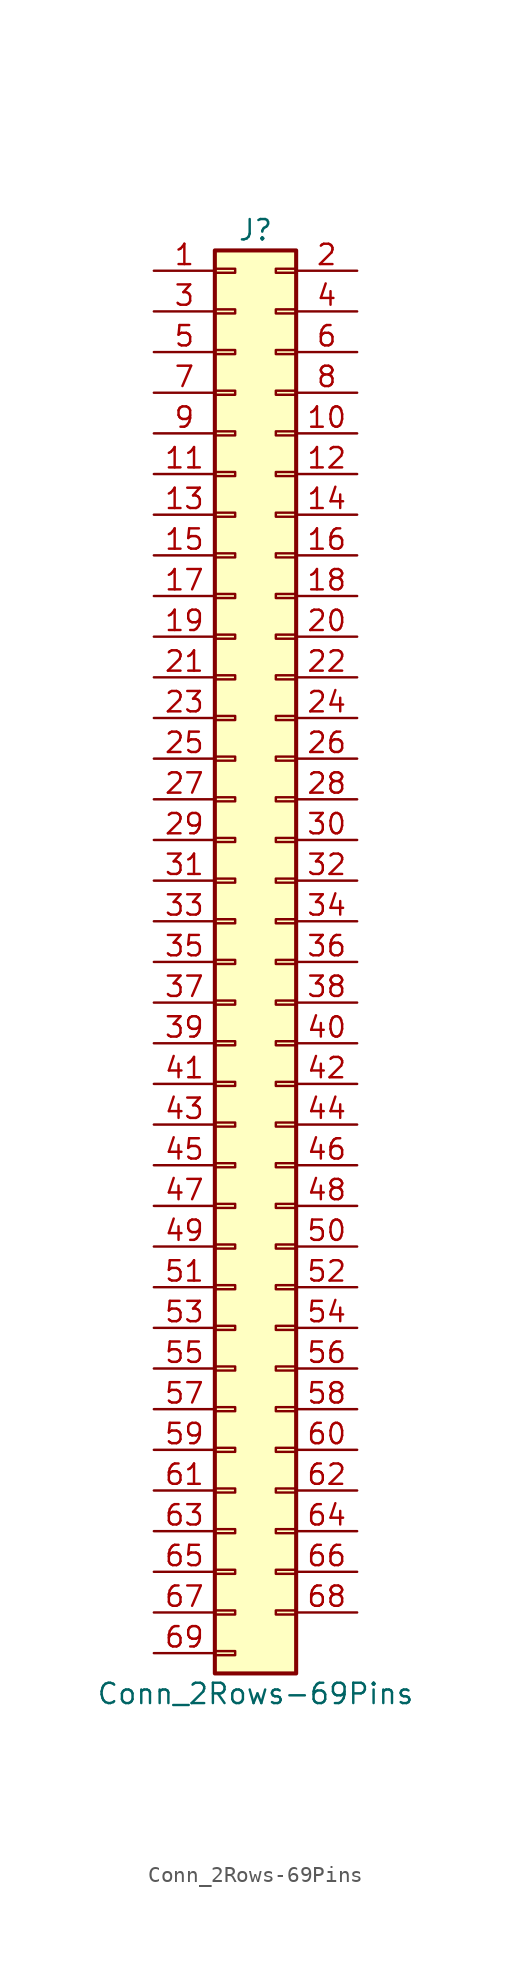
<source format=kicad_sym>
(kicad_symbol_lib
  (version 20201005)
  (generator kicad_symbol_editor)
  (symbol "Conn_2Rows-69Pins"
    (pin_names
      (offset 1.016) hide)
    (property "Reference" "J"
      (at 1.27 45.72 0)
      (effects (font (size 1.27 1.27))))
    (property "Value" "Conn_2Rows-69Pins"
      (at 1.27 -45.72 0)
      (effects (font (size 1.27 1.27))))
    (symbol "Conn_2Rows-69Pins_1_1"
      (rectangle (start -1.27 -43.053) (end 0 -43.307) (stroke (width 0.152)) (fill (type none)))
      (rectangle (start -1.27 -40.513) (end 0 -40.767) (stroke (width 0.152)) (fill (type none)))
      (rectangle (start -1.27 -37.973) (end 0 -38.227) (stroke (width 0.152)) (fill (type none)))
      (rectangle (start -1.27 -35.433) (end 0 -35.687) (stroke (width 0.152)) (fill (type none)))
      (rectangle (start -1.27 -32.893) (end 0 -33.147) (stroke (width 0.152)) (fill (type none)))
      (rectangle (start -1.27 -30.353) (end 0 -30.607) (stroke (width 0.152)) (fill (type none)))
      (rectangle (start -1.27 -27.813) (end 0 -28.067) (stroke (width 0.152)) (fill (type none)))
      (rectangle (start -1.27 -25.273) (end 0 -25.527) (stroke (width 0.152)) (fill (type none)))
      (rectangle (start -1.27 -22.733) (end 0 -22.987) (stroke (width 0.152)) (fill (type none)))
      (rectangle (start -1.27 -20.193) (end 0 -20.447) (stroke (width 0.152)) (fill (type none)))
      (rectangle (start -1.27 -17.653) (end 0 -17.907) (stroke (width 0.152)) (fill (type none)))
      (rectangle (start -1.27 -15.113) (end 0 -15.367) (stroke (width 0.152)) (fill (type none)))
      (rectangle (start -1.27 -12.573) (end 0 -12.827) (stroke (width 0.152)) (fill (type none)))
      (rectangle (start -1.27 -10.033) (end 0 -10.287) (stroke (width 0.152)) (fill (type none)))
      (rectangle (start -1.27 -7.493) (end 0 -7.747) (stroke (width 0.152)) (fill (type none)))
      (rectangle (start -1.27 -4.953) (end 0 -5.207) (stroke (width 0.152)) (fill (type none)))
      (rectangle (start -1.27 -2.413) (end 0 -2.667) (stroke (width 0.152)) (fill (type none)))
      (rectangle (start -1.27 0.127) (end 0 -0.127) (stroke (width 0.152)) (fill (type none)))
      (rectangle (start -1.27 2.667) (end 0 2.413) (stroke (width 0.152)) (fill (type none)))
      (rectangle (start -1.27 5.207) (end 0 4.953) (stroke (width 0.152)) (fill (type none)))
      (rectangle (start -1.27 7.747) (end 0 7.493) (stroke (width 0.152)) (fill (type none)))
      (rectangle (start -1.27 10.287) (end 0 10.033) (stroke (width 0.152)) (fill (type none)))
      (rectangle (start -1.27 12.827) (end 0 12.573) (stroke (width 0.152)) (fill (type none)))
      (rectangle (start -1.27 15.367) (end 0 15.113) (stroke (width 0.152)) (fill (type none)))
      (rectangle (start -1.27 17.907) (end 0 17.653) (stroke (width 0.152)) (fill (type none)))
      (rectangle (start -1.27 20.447) (end 0 20.193) (stroke (width 0.152)) (fill (type none)))
      (rectangle (start -1.27 22.987) (end 0 22.733) (stroke (width 0.152)) (fill (type none)))
      (rectangle (start -1.27 25.527) (end 0 25.273) (stroke (width 0.152)) (fill (type none)))
      (rectangle (start -1.27 28.067) (end 0 27.813) (stroke (width 0.152)) (fill (type none)))
      (rectangle (start -1.27 30.607) (end 0 30.353) (stroke (width 0.152)) (fill (type none)))
      (rectangle (start -1.27 33.147) (end 0 32.893) (stroke (width 0.152)) (fill (type none)))
      (rectangle (start -1.27 35.687) (end 0 35.433) (stroke (width 0.152)) (fill (type none)))
      (rectangle (start -1.27 38.227) (end 0 37.973) (stroke (width 0.152)) (fill (type none)))
      (rectangle (start -1.27 40.767) (end 0 40.513) (stroke (width 0.152)) (fill (type none)))
      (rectangle (start -1.27 43.307) (end 0 43.053) (stroke (width 0.152)) (fill (type none)))
      (rectangle (start -1.27 44.45) (end 3.81 -44.45) (stroke (width 0.254)) (fill (type background)))
      (rectangle (start 3.81 -40.513) (end 2.54 -40.767) (stroke (width 0.152)) (fill (type none)))
      (rectangle (start 3.81 -37.973) (end 2.54 -38.227) (stroke (width 0.152)) (fill (type none)))
      (rectangle (start 3.81 -35.433) (end 2.54 -35.687) (stroke (width 0.152)) (fill (type none)))
      (rectangle (start 3.81 -32.893) (end 2.54 -33.147) (stroke (width 0.152)) (fill (type none)))
      (rectangle (start 3.81 -30.353) (end 2.54 -30.607) (stroke (width 0.152)) (fill (type none)))
      (rectangle (start 3.81 -27.813) (end 2.54 -28.067) (stroke (width 0.152)) (fill (type none)))
      (rectangle (start 3.81 -25.273) (end 2.54 -25.527) (stroke (width 0.152)) (fill (type none)))
      (rectangle (start 3.81 -22.733) (end 2.54 -22.987) (stroke (width 0.152)) (fill (type none)))
      (rectangle (start 3.81 -20.193) (end 2.54 -20.447) (stroke (width 0.152)) (fill (type none)))
      (rectangle (start 3.81 -17.653) (end 2.54 -17.907) (stroke (width 0.152)) (fill (type none)))
      (rectangle (start 3.81 -15.113) (end 2.54 -15.367) (stroke (width 0.152)) (fill (type none)))
      (rectangle (start 3.81 -12.573) (end 2.54 -12.827) (stroke (width 0.152)) (fill (type none)))
      (rectangle (start 3.81 -10.033) (end 2.54 -10.287) (stroke (width 0.152)) (fill (type none)))
      (rectangle (start 3.81 -7.493) (end 2.54 -7.747) (stroke (width 0.152)) (fill (type none)))
      (rectangle (start 3.81 -4.953) (end 2.54 -5.207) (stroke (width 0.152)) (fill (type none)))
      (rectangle (start 3.81 -2.413) (end 2.54 -2.667) (stroke (width 0.152)) (fill (type none)))
      (rectangle (start 3.81 0.127) (end 2.54 -0.127) (stroke (width 0.152)) (fill (type none)))
      (rectangle (start 3.81 2.667) (end 2.54 2.413) (stroke (width 0.152)) (fill (type none)))
      (rectangle (start 3.81 5.207) (end 2.54 4.953) (stroke (width 0.152)) (fill (type none)))
      (rectangle (start 3.81 7.747) (end 2.54 7.493) (stroke (width 0.152)) (fill (type none)))
      (rectangle (start 3.81 10.287) (end 2.54 10.033) (stroke (width 0.152)) (fill (type none)))
      (rectangle (start 3.81 12.827) (end 2.54 12.573) (stroke (width 0.152)) (fill (type none)))
      (rectangle (start 3.81 15.367) (end 2.54 15.113) (stroke (width 0.152)) (fill (type none)))
      (rectangle (start 3.81 17.907) (end 2.54 17.653) (stroke (width 0.152)) (fill (type none)))
      (rectangle (start 3.81 20.447) (end 2.54 20.193) (stroke (width 0.152)) (fill (type none)))
      (rectangle (start 3.81 22.987) (end 2.54 22.733) (stroke (width 0.152)) (fill (type none)))
      (rectangle (start 3.81 25.527) (end 2.54 25.273) (stroke (width 0.152)) (fill (type none)))
      (rectangle (start 3.81 28.067) (end 2.54 27.813) (stroke (width 0.152)) (fill (type none)))
      (rectangle (start 3.81 30.607) (end 2.54 30.353) (stroke (width 0.152)) (fill (type none)))
      (rectangle (start 3.81 33.147) (end 2.54 32.893) (stroke (width 0.152)) (fill (type none)))
      (rectangle (start 3.81 35.687) (end 2.54 35.433) (stroke (width 0.152)) (fill (type none)))
      (rectangle (start 3.81 38.227) (end 2.54 37.973) (stroke (width 0.152)) (fill (type none)))
      (rectangle (start 3.81 40.767) (end 2.54 40.513) (stroke (width 0.152)) (fill (type none)))
      (rectangle (start 3.81 43.307) (end 2.54 43.053) (stroke (width 0.152)) (fill (type none)))
      (pin passive line (at -5.08 43.18 0) (length 3.81) (name "Pin_1" (effects (font (size 1.27 1.27)))) (number "1" (effects (font (size 1.27 1.27)))))
      (pin passive line (at 7.62 33.02 180) (length 3.81) (name "Pin_10" (effects (font (size 1.27 1.27)))) (number "10" (effects (font (size 1.27 1.27)))))
      (pin passive line (at -5.08 30.48 0) (length 3.81) (name "Pin_11" (effects (font (size 1.27 1.27)))) (number "11" (effects (font (size 1.27 1.27)))))
      (pin passive line (at 7.62 30.48 180) (length 3.81) (name "Pin_12" (effects (font (size 1.27 1.27)))) (number "12" (effects (font (size 1.27 1.27)))))
      (pin passive line (at -5.08 27.94 0) (length 3.81) (name "Pin_13" (effects (font (size 1.27 1.27)))) (number "13" (effects (font (size 1.27 1.27)))))
      (pin passive line (at 7.62 27.94 180) (length 3.81) (name "Pin_14" (effects (font (size 1.27 1.27)))) (number "14" (effects (font (size 1.27 1.27)))))
      (pin passive line (at -5.08 25.4 0) (length 3.81) (name "Pin_15" (effects (font (size 1.27 1.27)))) (number "15" (effects (font (size 1.27 1.27)))))
      (pin passive line (at 7.62 25.4 180) (length 3.81) (name "Pin_16" (effects (font (size 1.27 1.27)))) (number "16" (effects (font (size 1.27 1.27)))))
      (pin passive line (at -5.08 22.86 0) (length 3.81) (name "Pin_17" (effects (font (size 1.27 1.27)))) (number "17" (effects (font (size 1.27 1.27)))))
      (pin passive line (at 7.62 22.86 180) (length 3.81) (name "Pin_18" (effects (font (size 1.27 1.27)))) (number "18" (effects (font (size 1.27 1.27)))))
      (pin passive line (at -5.08 20.32 0) (length 3.81) (name "Pin_19" (effects (font (size 1.27 1.27)))) (number "19" (effects (font (size 1.27 1.27)))))
      (pin passive line (at 7.62 43.18 180) (length 3.81) (name "Pin_2" (effects (font (size 1.27 1.27)))) (number "2" (effects (font (size 1.27 1.27)))))
      (pin passive line (at 7.62 20.32 180) (length 3.81) (name "Pin_20" (effects (font (size 1.27 1.27)))) (number "20" (effects (font (size 1.27 1.27)))))
      (pin passive line (at -5.08 17.78 0) (length 3.81) (name "Pin_21" (effects (font (size 1.27 1.27)))) (number "21" (effects (font (size 1.27 1.27)))))
      (pin passive line (at 7.62 17.78 180) (length 3.81) (name "Pin_22" (effects (font (size 1.27 1.27)))) (number "22" (effects (font (size 1.27 1.27)))))
      (pin passive line (at -5.08 15.24 0) (length 3.81) (name "Pin_23" (effects (font (size 1.27 1.27)))) (number "23" (effects (font (size 1.27 1.27)))))
      (pin passive line (at 7.62 15.24 180) (length 3.81) (name "Pin_24" (effects (font (size 1.27 1.27)))) (number "24" (effects (font (size 1.27 1.27)))))
      (pin passive line (at -5.08 12.7 0) (length 3.81) (name "Pin_25" (effects (font (size 1.27 1.27)))) (number "25" (effects (font (size 1.27 1.27)))))
      (pin passive line (at 7.62 12.7 180) (length 3.81) (name "Pin_26" (effects (font (size 1.27 1.27)))) (number "26" (effects (font (size 1.27 1.27)))))
      (pin passive line (at -5.08 10.16 0) (length 3.81) (name "Pin_27" (effects (font (size 1.27 1.27)))) (number "27" (effects (font (size 1.27 1.27)))))
      (pin passive line (at 7.62 10.16 180) (length 3.81) (name "Pin_28" (effects (font (size 1.27 1.27)))) (number "28" (effects (font (size 1.27 1.27)))))
      (pin passive line (at -5.08 7.62 0) (length 3.81) (name "Pin_29" (effects (font (size 1.27 1.27)))) (number "29" (effects (font (size 1.27 1.27)))))
      (pin passive line (at -5.08 40.64 0) (length 3.81) (name "Pin_3" (effects (font (size 1.27 1.27)))) (number "3" (effects (font (size 1.27 1.27)))))
      (pin passive line (at 7.62 7.62 180) (length 3.81) (name "Pin_30" (effects (font (size 1.27 1.27)))) (number "30" (effects (font (size 1.27 1.27)))))
      (pin passive line (at -5.08 5.08 0) (length 3.81) (name "Pin_31" (effects (font (size 1.27 1.27)))) (number "31" (effects (font (size 1.27 1.27)))))
      (pin passive line (at 7.62 5.08 180) (length 3.81) (name "Pin_32" (effects (font (size 1.27 1.27)))) (number "32" (effects (font (size 1.27 1.27)))))
      (pin passive line (at -5.08 2.54 0) (length 3.81) (name "Pin_33" (effects (font (size 1.27 1.27)))) (number "33" (effects (font (size 1.27 1.27)))))
      (pin passive line (at 7.62 2.54 180) (length 3.81) (name "Pin_34" (effects (font (size 1.27 1.27)))) (number "34" (effects (font (size 1.27 1.27)))))
      (pin passive line (at -5.08 0 0) (length 3.81) (name "Pin_35" (effects (font (size 1.27 1.27)))) (number "35" (effects (font (size 1.27 1.27)))))
      (pin passive line (at 7.62 0 180) (length 3.81) (name "Pin_36" (effects (font (size 1.27 1.27)))) (number "36" (effects (font (size 1.27 1.27)))))
      (pin passive line (at -5.08 -2.54 0) (length 3.81) (name "Pin_37" (effects (font (size 1.27 1.27)))) (number "37" (effects (font (size 1.27 1.27)))))
      (pin passive line (at 7.62 -2.54 180) (length 3.81) (name "Pin_38" (effects (font (size 1.27 1.27)))) (number "38" (effects (font (size 1.27 1.27)))))
      (pin passive line (at -5.08 -5.08 0) (length 3.81) (name "Pin_39" (effects (font (size 1.27 1.27)))) (number "39" (effects (font (size 1.27 1.27)))))
      (pin passive line (at 7.62 40.64 180) (length 3.81) (name "Pin_4" (effects (font (size 1.27 1.27)))) (number "4" (effects (font (size 1.27 1.27)))))
      (pin passive line (at 7.62 -5.08 180) (length 3.81) (name "Pin_40" (effects (font (size 1.27 1.27)))) (number "40" (effects (font (size 1.27 1.27)))))
      (pin passive line (at -5.08 -7.62 0) (length 3.81) (name "Pin_41" (effects (font (size 1.27 1.27)))) (number "41" (effects (font (size 1.27 1.27)))))
      (pin passive line (at 7.62 -7.62 180) (length 3.81) (name "Pin_42" (effects (font (size 1.27 1.27)))) (number "42" (effects (font (size 1.27 1.27)))))
      (pin passive line (at -5.08 -10.16 0) (length 3.81) (name "Pin_43" (effects (font (size 1.27 1.27)))) (number "43" (effects (font (size 1.27 1.27)))))
      (pin passive line (at 7.62 -10.16 180) (length 3.81) (name "Pin_44" (effects (font (size 1.27 1.27)))) (number "44" (effects (font (size 1.27 1.27)))))
      (pin passive line (at -5.08 -12.7 0) (length 3.81) (name "Pin_45" (effects (font (size 1.27 1.27)))) (number "45" (effects (font (size 1.27 1.27)))))
      (pin passive line (at 7.62 -12.7 180) (length 3.81) (name "Pin_46" (effects (font (size 1.27 1.27)))) (number "46" (effects (font (size 1.27 1.27)))))
      (pin passive line (at -5.08 -15.24 0) (length 3.81) (name "Pin_47" (effects (font (size 1.27 1.27)))) (number "47" (effects (font (size 1.27 1.27)))))
      (pin passive line (at 7.62 -15.24 180) (length 3.81) (name "Pin_48" (effects (font (size 1.27 1.27)))) (number "48" (effects (font (size 1.27 1.27)))))
      (pin passive line (at -5.08 -17.78 0) (length 3.81) (name "Pin_49" (effects (font (size 1.27 1.27)))) (number "49" (effects (font (size 1.27 1.27)))))
      (pin passive line (at -5.08 38.1 0) (length 3.81) (name "Pin_5" (effects (font (size 1.27 1.27)))) (number "5" (effects (font (size 1.27 1.27)))))
      (pin passive line (at 7.62 -17.78 180) (length 3.81) (name "Pin_50" (effects (font (size 1.27 1.27)))) (number "50" (effects (font (size 1.27 1.27)))))
      (pin passive line (at -5.08 -20.32 0) (length 3.81) (name "Pin_51" (effects (font (size 1.27 1.27)))) (number "51" (effects (font (size 1.27 1.27)))))
      (pin passive line (at 7.62 -20.32 180) (length 3.81) (name "Pin_52" (effects (font (size 1.27 1.27)))) (number "52" (effects (font (size 1.27 1.27)))))
      (pin passive line (at -5.08 -22.86 0) (length 3.81) (name "Pin_53" (effects (font (size 1.27 1.27)))) (number "53" (effects (font (size 1.27 1.27)))))
      (pin passive line (at 7.62 -22.86 180) (length 3.81) (name "Pin_54" (effects (font (size 1.27 1.27)))) (number "54" (effects (font (size 1.27 1.27)))))
      (pin passive line (at -5.08 -25.4 0) (length 3.81) (name "Pin_55" (effects (font (size 1.27 1.27)))) (number "55" (effects (font (size 1.27 1.27)))))
      (pin passive line (at 7.62 -25.4 180) (length 3.81) (name "Pin_56" (effects (font (size 1.27 1.27)))) (number "56" (effects (font (size 1.27 1.27)))))
      (pin passive line (at -5.08 -27.94 0) (length 3.81) (name "Pin_57" (effects (font (size 1.27 1.27)))) (number "57" (effects (font (size 1.27 1.27)))))
      (pin passive line (at 7.62 -27.94 180) (length 3.81) (name "Pin_58" (effects (font (size 1.27 1.27)))) (number "58" (effects (font (size 1.27 1.27)))))
      (pin passive line (at -5.08 -30.48 0) (length 3.81) (name "Pin_59" (effects (font (size 1.27 1.27)))) (number "59" (effects (font (size 1.27 1.27)))))
      (pin passive line (at 7.62 38.1 180) (length 3.81) (name "Pin_6" (effects (font (size 1.27 1.27)))) (number "6" (effects (font (size 1.27 1.27)))))
      (pin passive line (at 7.62 -30.48 180) (length 3.81) (name "Pin_60" (effects (font (size 1.27 1.27)))) (number "60" (effects (font (size 1.27 1.27)))))
      (pin passive line (at -5.08 -33.02 0) (length 3.81) (name "Pin_61" (effects (font (size 1.27 1.27)))) (number "61" (effects (font (size 1.27 1.27)))))
      (pin passive line (at 7.62 -33.02 180) (length 3.81) (name "Pin_62" (effects (font (size 1.27 1.27)))) (number "62" (effects (font (size 1.27 1.27)))))
      (pin passive line (at -5.08 -35.56 0) (length 3.81) (name "Pin_63" (effects (font (size 1.27 1.27)))) (number "63" (effects (font (size 1.27 1.27)))))
      (pin passive line (at 7.62 -35.56 180) (length 3.81) (name "Pin_64" (effects (font (size 1.27 1.27)))) (number "64" (effects (font (size 1.27 1.27)))))
      (pin passive line (at -5.08 -38.1 0) (length 3.81) (name "Pin_65" (effects (font (size 1.27 1.27)))) (number "65" (effects (font (size 1.27 1.27)))))
      (pin passive line (at 7.62 -38.1 180) (length 3.81) (name "Pin_66" (effects (font (size 1.27 1.27)))) (number "66" (effects (font (size 1.27 1.27)))))
      (pin passive line (at -5.08 -40.64 0) (length 3.81) (name "Pin_67" (effects (font (size 1.27 1.27)))) (number "67" (effects (font (size 1.27 1.27)))))
      (pin passive line (at 7.62 -40.64 180) (length 3.81) (name "Pin_68" (effects (font (size 1.27 1.27)))) (number "68" (effects (font (size 1.27 1.27)))))
      (pin passive line (at -5.08 -43.18 0) (length 3.81) (name "Pin_69" (effects (font (size 1.27 1.27)))) (number "69" (effects (font (size 1.27 1.27)))))
      (pin passive line (at -5.08 35.56 0) (length 3.81) (name "Pin_7" (effects (font (size 1.27 1.27)))) (number "7" (effects (font (size 1.27 1.27)))))
      (pin passive line (at 7.62 35.56 180) (length 3.81) (name "Pin_8" (effects (font (size 1.27 1.27)))) (number "8" (effects (font (size 1.27 1.27)))))
      (pin passive line (at -5.08 33.02 0) (length 3.81) (name "Pin_9" (effects (font (size 1.27 1.27)))) (number "9" (effects (font (size 1.27 1.27))))))))
</source>
